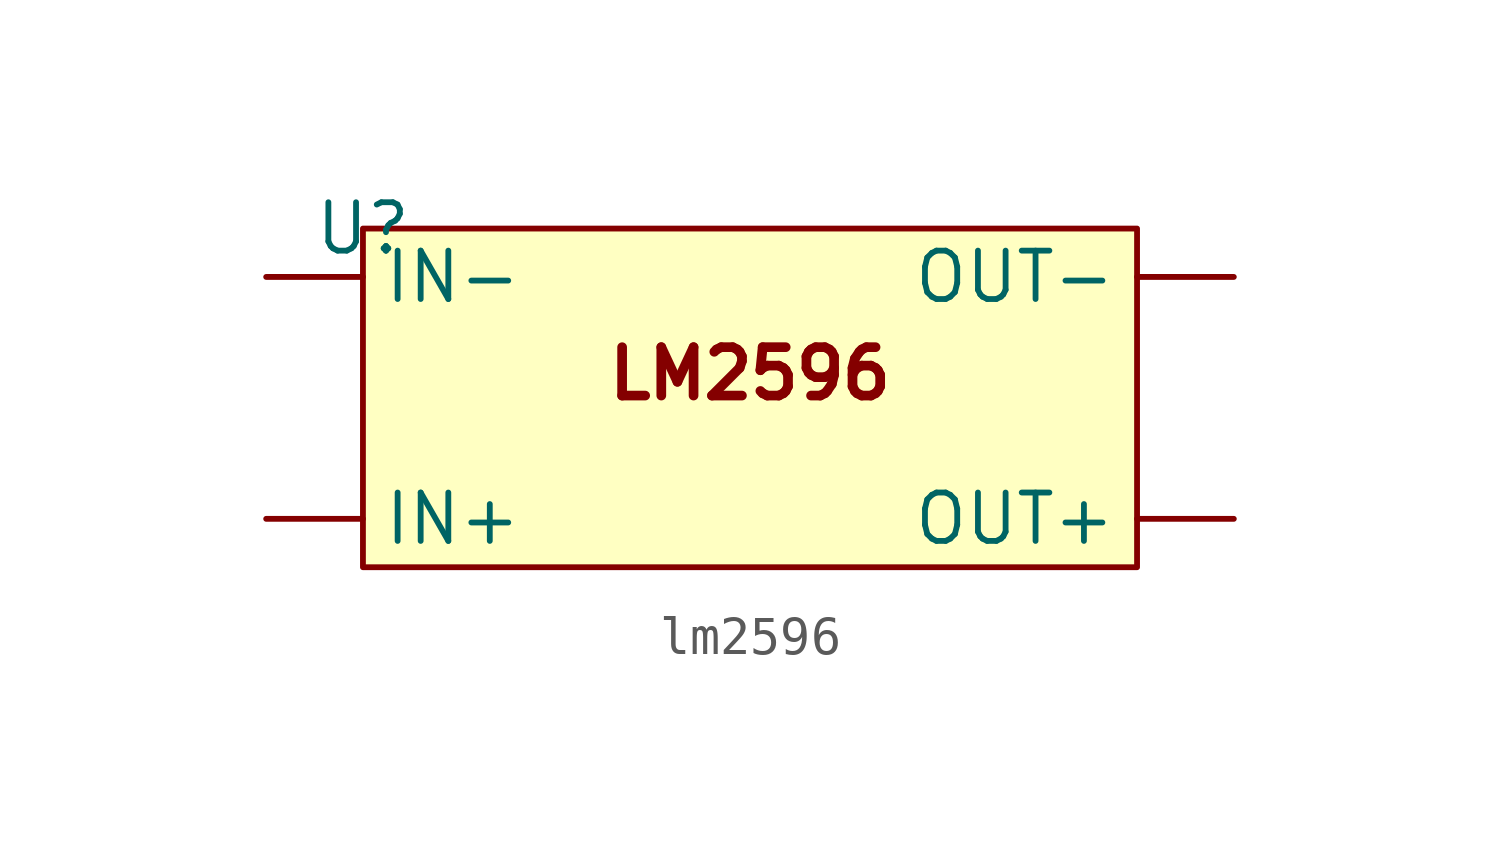
<source format=kicad_sym>
(kicad_symbol_lib
  (version 20220914)
  (generator kicad_symbol_editor)
  (symbol "lm2596"
    (property "Reference" "U"
      (at 0 0 0)
      (effects (font (size 1.27 1.27))))
    (property "Value" ""
      (at 0 0 0)
      (effects (font (size 1.27 1.27))))
    (symbol "lm2596_1_1"
      (rectangle (start 0 0) (end 20.32 -8.89) (stroke (width 0) (type default)) (fill (type background)))
      (text "LM2596" (at 10.16 -3.81 0) (effects (font (size 1.27 1.27) bold)))
      (pin input line (at -2.54 -7.62 0) (length 2.54) (name "IN+" (effects (font (size 1.27 1.27)))) (number "" (effects (font (size 1.27 1.27)))))
      (pin input line (at -2.54 -1.27 0) (length 2.54) (name "IN-" (effects (font (size 1.27 1.27)))) (number "" (effects (font (size 1.27 1.27)))))
      (pin input line (at 22.86 -7.62 180) (length 2.54) (name "OUT+" (effects (font (size 1.27 1.27)))) (number "" (effects (font (size 1.27 1.27)))))
      (pin input line (at 22.86 -1.27 180) (length 2.54) (name "OUT-" (effects (font (size 1.27 1.27)))) (number "" (effects (font (size 1.27 1.27))))))))
</source>
